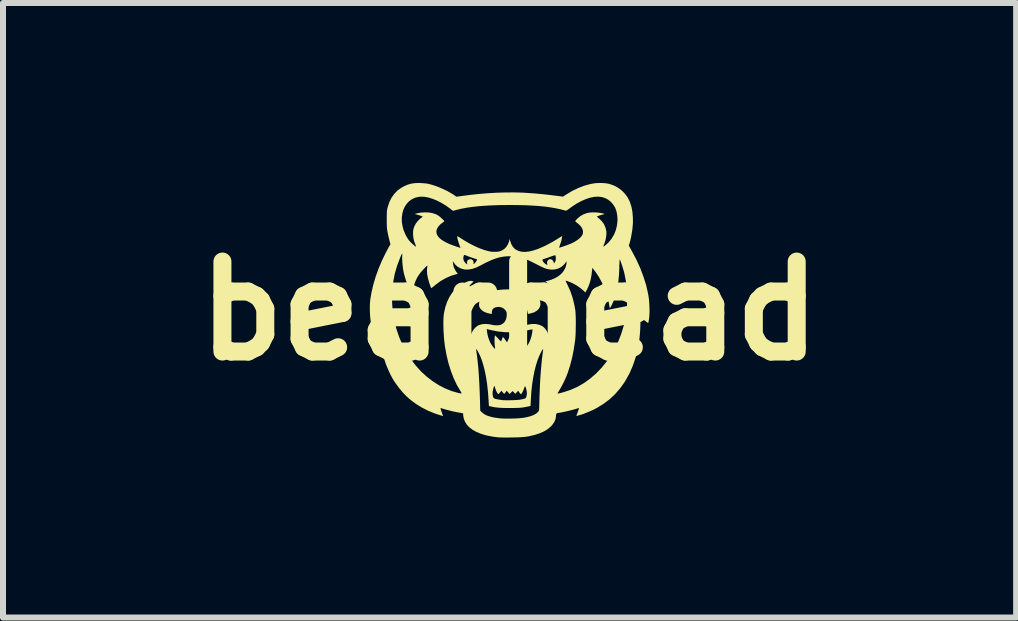
<source format=kicad_pcb>
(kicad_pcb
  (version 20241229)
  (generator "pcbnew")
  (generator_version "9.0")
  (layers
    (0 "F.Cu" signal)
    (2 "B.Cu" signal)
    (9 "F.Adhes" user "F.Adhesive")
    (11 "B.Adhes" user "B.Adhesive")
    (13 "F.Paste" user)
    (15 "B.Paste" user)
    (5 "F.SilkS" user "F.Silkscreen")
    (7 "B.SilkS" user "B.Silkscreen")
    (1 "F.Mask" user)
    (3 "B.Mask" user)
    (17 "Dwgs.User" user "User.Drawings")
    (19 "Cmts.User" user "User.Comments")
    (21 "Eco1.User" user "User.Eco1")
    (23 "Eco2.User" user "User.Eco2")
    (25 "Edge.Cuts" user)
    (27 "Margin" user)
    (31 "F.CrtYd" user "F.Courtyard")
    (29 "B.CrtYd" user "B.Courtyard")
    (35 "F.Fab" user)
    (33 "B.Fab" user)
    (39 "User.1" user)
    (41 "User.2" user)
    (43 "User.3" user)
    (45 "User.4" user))
  (footprint "bearhead"
    (layer "F.Cu")
    (at 5.443 2.131)
    (property "Reference" "bearhead" (at 0 0 0) (layer "F.SilkS") (effects (font (size 1.5 1.5) (thickness 0.3))))
    (attr board_only exclude_from_pos_files exclude_from_bom)
    (fp_poly (pts (xy 1.559 -2.13) (xy 1.606 -2.126) (xy 1.647 -2.119) (xy 1.661 -2.116) (xy 1.735 -2.091) (xy 1.803 -2.055) (xy 1.866 -2.009) (xy 1.92 -1.955) (xy 1.966 -1.894) (xy 2.001 -1.826) (xy 2.004 -1.818) (xy 2.03 -1.741) (xy 2.047 -1.655) (xy 2.055 -1.563) (xy 2.056 -1.465) (xy 2.05 -1.389) (xy 2.045 -1.346) (xy 2.037 -1.297) (xy 2.028 -1.245) (xy 2.018 -1.195) (xy 2.007 -1.151) (xy 2 -1.126) (xy 1.988 -1.086) (xy 2.031 -1.01) (xy 2.109 -0.863) (xy 2.176 -0.717) (xy 2.231 -0.572) (xy 2.276 -0.43) (xy 2.308 -0.289) (xy 2.315 -0.249) (xy 2.322 -0.203) (xy 2.327 -0.15) (xy 2.33 -0.094) (xy 2.332 -0.037) (xy 2.333 0.017) (xy 2.331 0.066) (xy 2.328 0.104) (xy 2.323 0.141) (xy 2.319 0.168) (xy 2.316 0.186) (xy 2.313 0.196) (xy 2.31 0.201) (xy 2.308 0.201) (xy 2.301 0.198) (xy 2.287 0.188) (xy 2.268 0.173) (xy 2.246 0.156) (xy 2.223 0.138) (xy 2.202 0.121) (xy 2.187 0.108) (xy 2.182 0.104) (xy 2.178 0.104) (xy 2.177 0.112) (xy 2.178 0.128) (xy 2.18 0.151) (xy 2.181 0.181) (xy 2.181 0.22) (xy 2.179 0.266) (xy 2.177 0.317) (xy 2.173 0.37) (xy 2.169 0.421) (xy 2.164 0.468) (xy 2.16 0.5) (xy 2.135 0.645) (xy 2.099 0.783) (xy 2.054 0.915) (xy 2 1.04) (xy 1.936 1.156) (xy 1.91 1.198) (xy 1.836 1.3) (xy 1.754 1.393) (xy 1.665 1.476) (xy 1.566 1.55) (xy 1.459 1.616) (xy 1.409 1.642) (xy 1.378 1.657) (xy 1.342 1.673) (xy 1.304 1.689) (xy 1.266 1.704) (xy 1.232 1.718) (xy 1.204 1.727) (xy 1.189 1.732) (xy 1.173 1.736) (xy 1.152 1.742) (xy 1.143 1.745) (xy 1.128 1.75) (xy 1.119 1.752) (xy 1.116 1.749) (xy 1.117 1.74) (xy 1.123 1.723) (xy 1.133 1.696) (xy 1.134 1.692) (xy 1.143 1.669) (xy 1.15 1.648) (xy 1.153 1.635) (xy 1.157 1.618) (xy 1.101 1.636) (xy 1.062 1.647) (xy 1.014 1.659) (xy 0.963 1.672) (xy 0.911 1.683) (xy 0.863 1.693) (xy 0.829 1.699) (xy 0.807 1.702) (xy 0.793 1.705) (xy 0.784 1.711) (xy 0.778 1.721) (xy 0.775 1.739) (xy 0.772 1.765) (xy 0.771 1.777) (xy 0.761 1.818) (xy 0.74 1.861) (xy 0.711 1.902) (xy 0.689 1.926) (xy 0.638 1.97) (xy 0.578 2.007) (xy 0.507 2.039) (xy 0.426 2.066) (xy 0.335 2.088) (xy 0.277 2.098) (xy 0.249 2.101) (xy 0.211 2.104) (xy 0.165 2.107) (xy 0.113 2.109) (xy 0.058 2.11) (xy 0.002 2.111) (xy -0.053 2.111) (xy -0.105 2.111) (xy -0.15 2.11) (xy -0.187 2.108) (xy -0.204 2.107) (xy -0.304 2.093) (xy -0.395 2.074) (xy -0.477 2.049) (xy -0.55 2.019) (xy -0.614 1.984) (xy -0.667 1.944) (xy -0.71 1.899) (xy -0.742 1.85) (xy -0.763 1.797) (xy -0.771 1.753) (xy -0.775 1.707) (xy -0.841 1.696) (xy -0.879 1.689) (xy -0.924 1.68) (xy -0.971 1.669) (xy -1.017 1.657) (xy -1.06 1.646) (xy -1.096 1.636) (xy -1.115 1.63) (xy -1.135 1.623) (xy -1.147 1.621) (xy -1.151 1.624) (xy -1.151 1.626) (xy -1.149 1.635) (xy -1.144 1.653) (xy -1.136 1.675) (xy -1.127 1.7) (xy -1.119 1.723) (xy -1.111 1.742) (xy -1.111 1.744) (xy -1.109 1.749) (xy -1.113 1.751) (xy -1.123 1.749) (xy -1.142 1.744) (xy -1.152 1.741) (xy -1.255 1.707) (xy -1.359 1.664) (xy -1.461 1.612) (xy -1.557 1.553) (xy -1.644 1.489) (xy -1.648 1.486) (xy -1.713 1.429) (xy -1.778 1.362) (xy -1.84 1.288) (xy -1.897 1.211) (xy -1.933 1.157) (xy -1.957 1.116) (xy -1.983 1.066) (xy -2.009 1.011) (xy -2.034 0.955) (xy -2.056 0.902) (xy -2.069 0.865) (xy -2.103 0.759) (xy -2.129 0.653) (xy -2.149 0.545) (xy -2.163 0.433) (xy -2.172 0.313) (xy -2.174 0.25) (xy -2.176 0.209) (xy -2.177 0.173) (xy -2.178 0.143) (xy -2.18 0.121) (xy -2.181 0.109) (xy -2.181 0.107) (xy -2.187 0.111) (xy -2.2 0.121) (xy -2.217 0.135) (xy -2.22 0.137) (xy -2.242 0.156) (xy -2.265 0.174) (xy -2.281 0.188) (xy -2.307 0.208) (xy -2.311 0.19) (xy -2.319 0.14) (xy -2.325 0.08) (xy -2.328 0.016) (xy -2.329 -0.05) (xy -2.328 -0.114) (xy -2.323 -0.172) (xy -2.322 -0.181) (xy -1.96 -0.181) (xy -1.951 -0.032) (xy -1.946 0.013) (xy -1.922 0.157) (xy -1.887 0.299) (xy -1.841 0.435) (xy -1.785 0.566) (xy -1.719 0.69) (xy -1.644 0.808) (xy -1.559 0.918) (xy -1.472 1.013) (xy -1.38 1.097) (xy -1.283 1.172) (xy -1.18 1.238) (xy -1.073 1.293) (xy -0.964 1.337) (xy -0.859 1.367) (xy -0.829 1.374) (xy -0.81 1.377) (xy -0.801 1.375) (xy -0.801 1.367) (xy -0.809 1.353) (xy -0.82 1.335) (xy -0.879 1.234) (xy -0.931 1.124) (xy -0.977 1.004) (xy -1.017 0.878) (xy -1.049 0.745) (xy -1.07 0.632) (xy -0.561 0.632) (xy -0.557 0.649) (xy -0.555 0.661) (xy -0.552 0.682) (xy -0.548 0.711) (xy -0.543 0.745) (xy -0.541 0.762) (xy -0.53 0.86) (xy -0.52 0.963) (xy -0.512 1.074) (xy -0.505 1.193) (xy -0.499 1.322) (xy -0.494 1.462) (xy -0.493 1.497) (xy -0.489 1.663) (xy -0.457 1.695) (xy -0.421 1.723) (xy -0.375 1.746) (xy -0.316 1.765) (xy -0.247 1.78) (xy -0.165 1.791) (xy -0.149 1.792) (xy -0.11 1.795) (xy -0.061 1.796) (xy -0.007 1.796) (xy 0.05 1.795) (xy 0.106 1.793) (xy 0.158 1.79) (xy 0.202 1.786) (xy 0.229 1.783) (xy 0.297 1.77) (xy 0.356 1.754) (xy 0.406 1.734) (xy 0.445 1.711) (xy 0.474 1.685) (xy 0.476 1.682) (xy 0.483 1.672) (xy 0.488 1.663) (xy 0.491 1.652) (xy 0.493 1.637) (xy 0.494 1.615) (xy 0.495 1.585) (xy 0.495 1.567) (xy 0.499 1.416) (xy 0.501 1.375) (xy 0.799 1.375) (xy 0.803 1.377) (xy 0.814 1.377) (xy 0.835 1.373) (xy 0.866 1.365) (xy 0.9 1.356) (xy 1.017 1.317) (xy 1.13 1.267) (xy 1.238 1.205) (xy 1.34 1.132) (xy 1.438 1.048) (xy 1.529 0.954) (xy 1.615 0.849) (xy 1.67 0.771) (xy 1.745 0.648) (xy 1.809 0.519) (xy 1.861 0.385) (xy 1.903 0.247) (xy 1.934 0.105) (xy 1.954 -0.038) (xy 1.962 -0.183) (xy 1.958 -0.327) (xy 1.943 -0.472) (xy 1.916 -0.614) (xy 1.909 -0.642) (xy 1.902 -0.669) (xy 1.892 -0.7) (xy 1.882 -0.734) (xy 1.871 -0.768) (xy 1.86 -0.8) (xy 1.851 -0.826) (xy 1.843 -0.846) (xy 1.838 -0.857) (xy 1.837 -0.857) (xy 1.836 -0.853) (xy 1.834 -0.837) (xy 1.832 -0.813) (xy 1.831 -0.78) (xy 1.829 -0.742) (xy 1.829 -0.713) (xy 1.824 -0.603) (xy 1.815 -0.504) (xy 1.802 -0.412) (xy 1.785 -0.327) (xy 1.763 -0.245) (xy 1.754 -0.217) (xy 1.744 -0.19) (xy 1.732 -0.161) (xy 1.718 -0.13) (xy 1.705 -0.101) (xy 1.692 -0.076) (xy 1.682 -0.058) (xy 1.675 -0.048) (xy 1.674 -0.048) (xy 1.67 -0.051) (xy 1.666 -0.064) (xy 1.664 -0.077) (xy 1.658 -0.116) (xy 1.648 -0.163) (xy 1.636 -0.214) (xy 1.623 -0.263) (xy 1.61 -0.306) (xy 1.606 -0.317) (xy 1.582 -0.379) (xy 1.553 -0.444) (xy 1.519 -0.51) (xy 1.483 -0.574) (xy 1.445 -0.631) (xy 1.409 -0.681) (xy 1.401 -0.69) (xy 1.379 -0.717) (xy 1.375 -0.675) (xy 1.366 -0.598) (xy 1.354 -0.532) (xy 1.342 -0.485) (xy 1.331 -0.452) (xy 1.318 -0.415) (xy 1.302 -0.379) (xy 1.287 -0.348) (xy 1.274 -0.324) (xy 1.273 -0.322) (xy 1.263 -0.307) (xy 1.231 -0.338) (xy 1.178 -0.382) (xy 1.117 -0.424) (xy 1.066 -0.452) (xy 1.041 -0.465) (xy 1.014 -0.476) (xy 0.987 -0.487) (xy 0.963 -0.496) (xy 0.945 -0.501) (xy 0.935 -0.503) (xy 0.934 -0.502) (xy 0.936 -0.496) (xy 0.942 -0.481) (xy 0.953 -0.459) (xy 0.966 -0.432) (xy 0.968 -0.428) (xy 1.014 -0.327) (xy 1.051 -0.217) (xy 1.08 -0.099) (xy 1.096 -0.009) (xy 1.099 0.022) (xy 1.101 0.064) (xy 1.103 0.113) (xy 1.104 0.169) (xy 1.104 0.227) (xy 1.103 0.287) (xy 1.102 0.345) (xy 1.1 0.4) (xy 1.097 0.449) (xy 1.093 0.49) (xy 1.092 0.497) (xy 1.07 0.644) (xy 1.042 0.784) (xy 1.008 0.914) (xy 0.969 1.035) (xy 0.946 1.093) (xy 0.928 1.135) (xy 0.906 1.182) (xy 0.883 1.228) (xy 0.859 1.272) (xy 0.838 1.31) (xy 0.826 1.329) (xy 0.814 1.349) (xy 0.804 1.365) (xy 0.799 1.374) (xy 0.799 1.375) (xy 0.501 1.375) (xy 0.505 1.27) (xy 0.512 1.129) (xy 0.522 0.996) (xy 0.533 0.872) (xy 0.544 0.771) (xy 0.549 0.733) (xy 0.553 0.698) (xy 0.557 0.67) (xy 0.559 0.65) (xy 0.56 0.64) (xy 0.56 0.639) (xy 0.557 0.638) (xy 0.55 0.646) (xy 0.54 0.662) (xy 0.528 0.683) (xy 0.515 0.708) (xy 0.503 0.732) (xy 0.47 0.812) (xy 0.441 0.903) (xy 0.415 1.004) (xy 0.394 1.112) (xy 0.376 1.228) (xy 0.363 1.349) (xy 0.355 1.473) (xy 0.354 1.489) (xy 0.35 1.585) (xy 0.309 1.594) (xy 0.271 1.602) (xy 0.235 1.608) (xy 0.2 1.613) (xy 0.162 1.616) (xy 0.119 1.618) (xy 0.069 1.619) (xy 0.009 1.619) (xy -0.003 1.619) (xy -0.076 1.619) (xy -0.138 1.617) (xy -0.191 1.613) (xy -0.238 1.608) (xy -0.279 1.601) (xy -0.317 1.592) (xy -0.321 1.591) (xy -0.344 1.585) (xy -0.349 1.508) (xy -0.358 1.37) (xy -0.283 1.37) (xy -0.282 1.395) (xy -0.279 1.42) (xy -0.276 1.43) (xy -0.272 1.442) (xy -0.265 1.452) (xy -0.254 1.46) (xy -0.237 1.467) (xy -0.212 1.473) (xy -0.179 1.479) (xy -0.135 1.485) (xy -0.126 1.487) (xy -0.104 1.489) (xy -0.072 1.49) (xy -0.034 1.49) (xy 0.008 1.49) (xy 0.051 1.489) (xy 0.092 1.487) (xy 0.128 1.485) (xy 0.156 1.483) (xy 0.164 1.482) (xy 0.193 1.477) (xy 0.221 1.471) (xy 0.242 1.466) (xy 0.248 1.464) (xy 0.265 1.457) (xy 0.274 1.447) (xy 0.28 1.429) (xy 0.281 1.427) (xy 0.286 1.403) (xy 0.289 1.379) (xy 0.289 1.374) (xy 0.287 1.351) (xy 0.282 1.322) (xy 0.275 1.293) (xy 0.266 1.269) (xy 0.263 1.263) (xy 0.259 1.257) (xy 0.255 1.257) (xy 0.251 1.267) (xy 0.244 1.286) (xy 0.243 1.29) (xy 0.234 1.313) (xy 0.223 1.338) (xy 0.212 1.36) (xy 0.201 1.378) (xy 0.193 1.389) (xy 0.19 1.39) (xy 0.184 1.385) (xy 0.173 1.373) (xy 0.164 1.361) (xy 0.142 1.332) (xy 0.119 1.357) (xy 0.096 1.383) (xy 0.074 1.36) (xy 0.051 1.337) (xy 0.025 1.362) (xy 0.000444 1.386) (xy -0.023 1.359) (xy -0.047 1.332) (xy -0.069 1.359) (xy -0.09 1.386) (xy -0.113 1.359) (xy -0.137 1.332) (xy -0.16 1.361) (xy -0.174 1.377) (xy -0.183 1.385) (xy -0.19 1.385) (xy -0.194 1.382) (xy -0.203 1.371) (xy -0.214 1.351) (xy -0.226 1.327) (xy -0.235 1.302) (xy -0.242 1.281) (xy -0.243 1.275) (xy -0.247 1.26) (xy -0.251 1.252) (xy -0.252 1.252) (xy -0.257 1.257) (xy -0.264 1.273) (xy -0.27 1.294) (xy -0.276 1.318) (xy -0.281 1.343) (xy -0.283 1.365) (xy -0.283 1.37) (xy -0.358 1.37) (xy -0.359 1.36) (xy -0.374 1.223) (xy -0.393 1.097) (xy -0.417 0.982) (xy -0.445 0.877) (xy -0.462 0.825) (xy -0.478 0.783) (xy -0.495 0.742) (xy -0.513 0.705) (xy -0.529 0.674) (xy -0.544 0.652) (xy -0.547 0.648) (xy -0.561 0.632) (xy -1.07 0.632) (xy -1.075 0.608) (xy -1.092 0.468) (xy -1.101 0.325) (xy -1.103 0.239) (xy -1.103 0.182) (xy -1.102 0.135) (xy -1.1 0.097) (xy -1.097 0.065) (xy -1.093 0.038) (xy -1.071 -0.062) (xy -1.04 -0.152) (xy -1.002 -0.232) (xy -0.955 -0.303) (xy -0.901 -0.365) (xy -0.839 -0.416) (xy -0.774 -0.455) (xy -0.73 -0.477) (xy -0.695 -0.491) (xy -0.666 -0.498) (xy -0.643 -0.5) (xy -0.625 -0.498) (xy -0.599 -0.49) (xy -0.653 -0.436) (xy -0.701 -0.381) (xy -0.738 -0.323) (xy -0.767 -0.259) (xy -0.787 -0.187) (xy -0.796 -0.139) (xy -0.804 -0.052) (xy -0.802 0.041) (xy -0.79 0.139) (xy -0.769 0.244) (xy -0.765 0.26) (xy -0.755 0.297) (xy -0.742 0.338) (xy -0.729 0.38) (xy -0.715 0.421) (xy -0.702 0.457) (xy -0.69 0.486) (xy -0.682 0.503) (xy -0.674 0.519) (xy -0.671 0.503) (xy -0.668 0.489) (xy -0.664 0.467) (xy -0.66 0.447) (xy -0.646 0.398) (xy -0.624 0.351) (xy -0.596 0.308) (xy -0.592 0.303) (xy -0.379 0.303) (xy -0.375 0.351) (xy -0.367 0.397) (xy -0.354 0.447) (xy -0.336 0.496) (xy -0.316 0.54) (xy -0.31 0.55) (xy -0.296 0.571) (xy -0.28 0.593) (xy -0.265 0.612) (xy -0.252 0.626) (xy -0.243 0.633) (xy -0.241 0.633) (xy -0.241 0.626) (xy -0.242 0.61) (xy -0.245 0.59) (xy -0.248 0.563) (xy -0.25 0.529) (xy -0.251 0.494) (xy -0.25 0.461) (xy -0.248 0.435) (xy -0.246 0.425) (xy -0.242 0.407) (xy -0.193 0.458) (xy -0.174 0.479) (xy -0.157 0.495) (xy -0.146 0.506) (xy -0.142 0.51) (xy -0.139 0.504) (xy -0.133 0.49) (xy -0.126 0.472) (xy -0.119 0.452) (xy -0.113 0.439) (xy -0.11 0.434) (xy -0.106 0.439) (xy -0.096 0.451) (xy -0.082 0.469) (xy -0.075 0.479) (xy -0.042 0.524) (xy -0.033 0.506) (xy -0.026 0.489) (xy -0.017 0.467) (xy -0.012 0.456) (xy 0.002 0.425) (xy 0.013 0.45) (xy 0.023 0.472) (xy 0.033 0.496) (xy 0.035 0.499) (xy 0.044 0.523) (xy 0.08 0.478) (xy 0.115 0.432) (xy 0.126 0.46) (xy 0.133 0.479) (xy 0.139 0.496) (xy 0.141 0.5) (xy 0.144 0.504) (xy 0.149 0.503) (xy 0.158 0.497) (xy 0.173 0.484) (xy 0.195 0.462) (xy 0.217 0.441) (xy 0.232 0.428) (xy 0.241 0.421) (xy 0.246 0.42) (xy 0.25 0.425) (xy 0.25 0.425) (xy 0.252 0.437) (xy 0.253 0.459) (xy 0.254 0.488) (xy 0.253 0.519) (xy 0.252 0.55) (xy 0.25 0.579) (xy 0.248 0.601) (xy 0.247 0.605) (xy 0.244 0.623) (xy 0.245 0.633) (xy 0.246 0.635) (xy 0.253 0.63) (xy 0.265 0.617) (xy 0.28 0.599) (xy 0.296 0.577) (xy 0.311 0.554) (xy 0.32 0.539) (xy 0.332 0.516) (xy 0.344 0.487) (xy 0.354 0.459) (xy 0.361 0.436) (xy 0.368 0.408) (xy 0.374 0.379) (xy 0.378 0.352) (xy 0.381 0.33) (xy 0.382 0.314) (xy 0.381 0.309) (xy 0.374 0.31) (xy 0.357 0.312) (xy 0.333 0.317) (xy 0.304 0.323) (xy 0.304 0.323) (xy 0.176 0.345) (xy 0.051 0.357) (xy -0.071 0.356) (xy -0.194 0.344) (xy -0.317 0.319) (xy -0.345 0.312) (xy -0.379 0.303) (xy -0.592 0.303) (xy -0.564 0.273) (xy -0.529 0.246) (xy -0.514 0.239) (xy -0.467 0.224) (xy -0.412 0.218) (xy -0.354 0.221) (xy -0.293 0.232) (xy -0.286 0.234) (xy -0.258 0.239) (xy -0.224 0.241) (xy -0.19 0.24) (xy -0.16 0.236) (xy -0.142 0.23) (xy -0.105 0.208) (xy -0.077 0.177) (xy -0.058 0.138) (xy -0.049 0.092) (xy -0.047 0.068) (xy -0.048 0.042) (xy -0.05 0.025) (xy -0.055 0.011) (xy -0.064 -0.004) (xy -0.066 -0.007) (xy -0.094 -0.036) (xy -0.129 -0.056) (xy -0.171 -0.065) (xy -0.188 -0.065) (xy -0.228 -0.061) (xy -0.259 -0.048) (xy -0.281 -0.028) (xy -0.293 0.001) (xy -0.296 0.024) (xy -0.296 0.052) (xy -0.322 0.048) (xy -0.376 0.035) (xy -0.422 0.017) (xy -0.46 -0.008) (xy -0.488 -0.038) (xy -0.495 -0.05) (xy -0.504 -0.068) (xy -0.508 -0.085) (xy -0.509 -0.106) (xy -0.508 -0.123) (xy -0.5 -0.17) (xy -0.481 -0.211) (xy -0.452 -0.248) (xy -0.411 -0.279) (xy -0.36 -0.305) (xy -0.317 -0.321) (xy -0.256 -0.337) (xy -0.187 -0.348) (xy -0.108 -0.355) (xy -0.019 -0.358) (xy 0.002 -0.359) (xy 0.093 -0.357) (xy 0.174 -0.35) (xy 0.245 -0.34) (xy 0.307 -0.325) (xy 0.362 -0.306) (xy 0.387 -0.294) (xy 0.423 -0.272) (xy 0.455 -0.245) (xy 0.481 -0.216) (xy 0.499 -0.187) (xy 0.5 -0.186) (xy 0.513 -0.141) (xy 0.514 -0.099) (xy 0.503 -0.061) (xy 0.482 -0.027) (xy 0.45 0.001) (xy 0.408 0.025) (xy 0.357 0.041) (xy 0.336 0.046) (xy 0.319 0.049) (xy 0.311 0.05) (xy 0.306 0.045) (xy 0.302 0.03) (xy 0.3 0.019) (xy 0.292 -0.014) (xy 0.277 -0.039) (xy 0.254 -0.055) (xy 0.221 -0.063) (xy 0.192 -0.065) (xy 0.15 -0.061) (xy 0.115 -0.047) (xy 0.085 -0.024) (xy 0.073 -0.011) (xy 0.058 0.018) (xy 0.05 0.053) (xy 0.051 0.092) (xy 0.06 0.132) (xy 0.077 0.17) (xy 0.086 0.184) (xy 0.112 0.211) (xy 0.147 0.23) (xy 0.19 0.239) (xy 0.241 0.24) (xy 0.298 0.231) (xy 0.305 0.23) (xy 0.371 0.219) (xy 0.432 0.219) (xy 0.487 0.23) (xy 0.537 0.25) (xy 0.562 0.266) (xy 0.592 0.296) (xy 0.62 0.336) (xy 0.643 0.382) (xy 0.661 0.433) (xy 0.671 0.484) (xy 0.671 0.488) (xy 0.674 0.508) (xy 0.676 0.517) (xy 0.678 0.516) (xy 0.683 0.508) (xy 0.684 0.506) (xy 0.697 0.478) (xy 0.712 0.44) (xy 0.728 0.395) (xy 0.744 0.346) (xy 0.759 0.295) (xy 0.772 0.245) (xy 0.783 0.199) (xy 0.789 0.17) (xy 0.803 0.073) (xy 0.807 -0.019) (xy 0.803 -0.107) (xy 0.789 -0.189) (xy 0.767 -0.265) (xy 0.737 -0.333) (xy 0.698 -0.394) (xy 0.652 -0.445) (xy 0.629 -0.465) (xy 0.597 -0.49) (xy 0.624 -0.497) (xy 0.69 -0.517) (xy 0.748 -0.541) (xy 0.801 -0.57) (xy 0.828 -0.589) (xy 0.87 -0.625) (xy 0.904 -0.669) (xy 0.93 -0.717) (xy 0.945 -0.767) (xy 0.948 -0.785) (xy 0.949 -0.805) (xy 0.95 -0.819) (xy 0.949 -0.824) (xy 0.944 -0.819) (xy 0.935 -0.807) (xy 0.926 -0.793) (xy 0.895 -0.758) (xy 0.856 -0.728) (xy 0.811 -0.705) (xy 0.761 -0.691) (xy 0.71 -0.687) (xy 0.69 -0.688) (xy 0.664 -0.691) (xy 0.639 -0.695) (xy 0.615 -0.701) (xy 0.59 -0.709) (xy 0.562 -0.721) (xy 0.53 -0.735) (xy 0.491 -0.755) (xy 0.444 -0.779) (xy 0.403 -0.8) (xy 0.316 -0.842) (xy 0.29 -0.852) (xy 0.549 -0.852) (xy 0.549 -0.839) (xy 0.56 -0.82) (xy 0.562 -0.817) (xy 0.574 -0.802) (xy 0.589 -0.789) (xy 0.604 -0.777) (xy 0.618 -0.77) (xy 0.628 -0.767) (xy 0.632 -0.77) (xy 0.629 -0.78) (xy 0.624 -0.802) (xy 0.628 -0.825) (xy 0.641 -0.844) (xy 0.659 -0.858) (xy 0.679 -0.862) (xy 0.701 -0.856) (xy 0.72 -0.841) (xy 0.733 -0.819) (xy 0.735 -0.812) (xy 0.74 -0.79) (xy 0.755 -0.812) (xy 0.764 -0.827) (xy 0.769 -0.843) (xy 0.77 -0.865) (xy 0.771 -0.876) (xy 0.77 -0.898) (xy 0.767 -0.916) (xy 0.764 -0.925) (xy 0.756 -0.926) (xy 0.741 -0.923) (xy 0.717 -0.915) (xy 0.685 -0.904) (xy 0.654 -0.892) (xy 0.623 -0.881) (xy 0.596 -0.872) (xy 0.58 -0.868) (xy 0.559 -0.861) (xy 0.549 -0.852) (xy 0.29 -0.852) (xy 0.234 -0.873) (xy 0.154 -0.895) (xy 0.073 -0.907) (xy 0.034 -0.91) (xy -0.033 -0.91) (xy -0.101 -0.904) (xy -0.169 -0.891) (xy -0.239 -0.87) (xy -0.314 -0.841) (xy -0.394 -0.804) (xy -0.481 -0.758) (xy -0.481 -0.758) (xy -0.551 -0.724) (xy -0.617 -0.701) (xy -0.678 -0.689) (xy -0.735 -0.688) (xy -0.757 -0.691) (xy -0.813 -0.707) (xy -0.862 -0.733) (xy -0.902 -0.768) (xy -0.926 -0.799) (xy -0.945 -0.827) (xy -0.942 -0.785) (xy -0.932 -0.734) (xy -0.909 -0.683) (xy -0.885 -0.646) (xy -0.862 -0.617) (xy -0.879 -0.613) (xy -0.971 -0.586) (xy -1.061 -0.547) (xy -1.149 -0.497) (xy -1.233 -0.435) (xy -1.263 -0.41) (xy -1.284 -0.393) (xy -1.297 -0.384) (xy -1.305 -0.381) (xy -1.309 -0.384) (xy -1.313 -0.393) (xy -1.32 -0.412) (xy -1.329 -0.437) (xy -1.339 -0.466) (xy -1.339 -0.469) (xy -1.36 -0.541) (xy -1.373 -0.609) (xy -1.377 -0.669) (xy -1.374 -0.71) (xy -1.371 -0.732) (xy -1.37 -0.748) (xy -1.371 -0.755) (xy -1.371 -0.755) (xy -1.377 -0.751) (xy -1.39 -0.739) (xy -1.407 -0.722) (xy -1.428 -0.701) (xy -1.429 -0.7) (xy -1.486 -0.635) (xy -1.532 -0.569) (xy -1.566 -0.501) (xy -1.591 -0.429) (xy -1.606 -0.352) (xy -1.606 -0.348) (xy -1.614 -0.287) (xy -1.643 -0.334) (xy -1.691 -0.421) (xy -1.73 -0.515) (xy -1.759 -0.616) (xy -1.767 -0.651) (xy -1.774 -0.691) (xy -1.78 -0.736) (xy -1.785 -0.783) (xy -1.788 -0.83) (xy -1.79 -0.872) (xy -1.79 -0.893) (xy -0.771 -0.893) (xy -0.77 -0.859) (xy -0.758 -0.827) (xy -0.736 -0.798) (xy -0.735 -0.797) (xy -0.721 -0.784) (xy -0.71 -0.776) (xy -0.707 -0.774) (xy -0.706 -0.779) (xy -0.707 -0.792) (xy -0.708 -0.795) (xy -0.708 -0.822) (xy -0.697 -0.843) (xy -0.677 -0.857) (xy -0.653 -0.862) (xy -0.63 -0.856) (xy -0.612 -0.842) (xy -0.601 -0.821) (xy -0.6 -0.801) (xy -0.601 -0.787) (xy -0.598 -0.78) (xy -0.598 -0.78) (xy -0.589 -0.785) (xy -0.577 -0.797) (xy -0.564 -0.813) (xy -0.552 -0.83) (xy -0.544 -0.846) (xy -0.541 -0.856) (xy -0.542 -0.858) (xy -0.549 -0.861) (xy -0.564 -0.866) (xy -0.587 -0.873) (xy -0.599 -0.877) (xy -0.632 -0.888) (xy -0.669 -0.901) (xy -0.701 -0.913) (xy -0.705 -0.915) (xy -0.729 -0.925) (xy -0.745 -0.93) (xy -0.754 -0.931) (xy -0.759 -0.929) (xy -0.76 -0.926) (xy -0.771 -0.893) (xy -1.79 -0.893) (xy -1.79 -0.907) (xy -1.789 -0.92) (xy -1.787 -0.941) (xy -1.788 -0.952) (xy -1.792 -0.951) (xy -1.8 -0.94) (xy -1.811 -0.917) (xy -1.821 -0.893) (xy -1.873 -0.756) (xy -1.914 -0.616) (xy -1.941 -0.473) (xy -1.957 -0.328) (xy -1.96 -0.181) (xy -2.322 -0.181) (xy -2.322 -0.186) (xy -2.301 -0.309) (xy -2.271 -0.437) (xy -2.232 -0.569) (xy -2.184 -0.702) (xy -2.128 -0.835) (xy -2.065 -0.965) (xy -2.015 -1.059) (xy -1.986 -1.109) (xy -2.009 -1.201) (xy -2.021 -1.252) (xy -2.03 -1.294) (xy -2.037 -1.331) (xy -2.042 -1.365) (xy -2.045 -1.4) (xy -2.046 -1.439) (xy -2.047 -1.484) (xy -2.047 -1.529) (xy -2.047 -1.557) (xy -1.796 -1.557) (xy -1.796 -1.49) (xy -1.786 -1.421) (xy -1.768 -1.35) (xy -1.739 -1.28) (xy -1.736 -1.274) (xy -1.72 -1.243) (xy -1.701 -1.211) (xy -1.683 -1.184) (xy -1.673 -1.172) (xy -1.658 -1.154) (xy -1.638 -1.134) (xy -1.616 -1.113) (xy -1.595 -1.095) (xy -1.577 -1.08) (xy -1.564 -1.071) (xy -1.559 -1.069) (xy -1.559 -1.075) (xy -1.563 -1.088) (xy -1.57 -1.105) (xy -1.591 -1.162) (xy -1.604 -1.222) (xy -1.609 -1.283) (xy -1.607 -1.339) (xy -1.603 -1.36) (xy -1.587 -1.409) (xy -1.561 -1.457) (xy -1.526 -1.502) (xy -1.485 -1.541) (xy -1.471 -1.551) (xy -1.446 -1.569) (xy -1.461 -1.577) (xy -1.475 -1.582) (xy -1.496 -1.59) (xy -1.521 -1.598) (xy -1.529 -1.6) (xy -1.582 -1.615) (xy -1.556 -1.622) (xy -1.488 -1.636) (xy -1.419 -1.642) (xy -1.352 -1.64) (xy -1.289 -1.63) (xy -1.232 -1.612) (xy -1.206 -1.599) (xy -1.189 -1.589) (xy -1.169 -1.574) (xy -1.147 -1.556) (xy -1.126 -1.536) (xy -1.108 -1.519) (xy -1.094 -1.504) (xy -1.088 -1.495) (xy -1.088 -1.494) (xy -1.093 -1.487) (xy -1.106 -1.477) (xy -1.115 -1.471) (xy -1.153 -1.442) (xy -1.184 -1.409) (xy -1.206 -1.374) (xy -1.218 -1.339) (xy -1.22 -1.319) (xy -1.215 -1.283) (xy -1.198 -1.249) (xy -1.17 -1.215) (xy -1.131 -1.183) (xy -1.079 -1.151) (xy -1.027 -1.125) (xy -1.006 -1.116) (xy -0.978 -1.105) (xy -0.948 -1.093) (xy -0.916 -1.082) (xy -0.886 -1.071) (xy -0.859 -1.062) (xy -0.837 -1.055) (xy -0.824 -1.052) (xy -0.82 -1.052) (xy -0.821 -1.059) (xy -0.826 -1.073) (xy -0.834 -1.093) (xy -0.843 -1.118) (xy -0.852 -1.146) (xy -0.861 -1.177) (xy -0.868 -1.205) (xy -0.873 -1.227) (xy -0.874 -1.239) (xy -0.872 -1.243) (xy -0.864 -1.241) (xy -0.849 -1.233) (xy -0.825 -1.218) (xy -0.819 -1.214) (xy -0.739 -1.164) (xy -0.659 -1.118) (xy -0.579 -1.078) (xy -0.503 -1.044) (xy -0.432 -1.018) (xy -0.405 -1.01) (xy -0.363 -0.998) (xy -0.328 -0.99) (xy -0.297 -0.985) (xy -0.266 -0.984) (xy -0.232 -0.984) (xy -0.228 -0.984) (xy -0.195 -0.986) (xy -0.169 -0.991) (xy -0.146 -0.998) (xy -0.133 -1.004) (xy -0.091 -1.029) (xy -0.056 -1.064) (xy -0.028 -1.108) (xy -0.008 -1.158) (xy -0.006 -1.167) (xy 0.002 -1.197) (xy 0.012 -1.16) (xy 0.031 -1.108) (xy 0.055 -1.067) (xy 0.086 -1.034) (xy 0.106 -1.02) (xy 0.151 -0.998) (xy 0.202 -0.985) (xy 0.26 -0.982) (xy 0.324 -0.989) (xy 0.396 -1.006) (xy 0.474 -1.032) (xy 0.56 -1.069) (xy 0.601 -1.088) (xy 0.726 -1.155) (xy 0.852 -1.232) (xy 0.858 -1.236) (xy 0.876 -1.248) (xy 0.872 -1.212) (xy 0.868 -1.19) (xy 0.861 -1.162) (xy 0.851 -1.13) (xy 0.846 -1.115) (xy 0.837 -1.09) (xy 0.831 -1.069) (xy 0.827 -1.056) (xy 0.826 -1.052) (xy 0.833 -1.053) (xy 0.849 -1.058) (xy 0.872 -1.066) (xy 0.9 -1.075) (xy 0.931 -1.086) (xy 0.962 -1.097) (xy 0.991 -1.108) (xy 1.016 -1.118) (xy 1.032 -1.125) (xy 1.084 -1.151) (xy 1.13 -1.18) (xy 1.168 -1.21) (xy 1.197 -1.241) (xy 1.216 -1.271) (xy 1.221 -1.285) (xy 1.224 -1.322) (xy 1.216 -1.36) (xy 1.197 -1.397) (xy 1.166 -1.432) (xy 1.135 -1.458) (xy 1.116 -1.473) (xy 1.102 -1.485) (xy 1.095 -1.494) (xy 1.095 -1.495) (xy 1.099 -1.503) (xy 1.11 -1.516) (xy 1.126 -1.534) (xy 1.133 -1.54) (xy 1.177 -1.577) (xy 1.23 -1.608) (xy 1.288 -1.629) (xy 1.299 -1.632) (xy 1.335 -1.638) (xy 1.38 -1.641) (xy 1.429 -1.641) (xy 1.478 -1.637) (xy 1.524 -1.631) (xy 1.562 -1.622) (xy 1.572 -1.618) (xy 1.581 -1.614) (xy 1.581 -1.612) (xy 1.569 -1.609) (xy 1.563 -1.608) (xy 1.543 -1.603) (xy 1.52 -1.596) (xy 1.496 -1.589) (xy 1.475 -1.581) (xy 1.461 -1.575) (xy 1.458 -1.573) (xy 1.46 -1.567) (xy 1.47 -1.556) (xy 1.487 -1.542) (xy 1.491 -1.539) (xy 1.537 -1.495) (xy 1.574 -1.445) (xy 1.599 -1.388) (xy 1.613 -1.326) (xy 1.614 -1.318) (xy 1.614 -1.282) (xy 1.61 -1.239) (xy 1.602 -1.193) (xy 1.59 -1.149) (xy 1.579 -1.118) (xy 1.57 -1.096) (xy 1.564 -1.08) (xy 1.562 -1.072) (xy 1.562 -1.071) (xy 1.569 -1.073) (xy 1.582 -1.082) (xy 1.599 -1.095) (xy 1.619 -1.112) (xy 1.638 -1.129) (xy 1.65 -1.141) (xy 1.7 -1.202) (xy 1.741 -1.271) (xy 1.771 -1.345) (xy 1.79 -1.424) (xy 1.799 -1.506) (xy 1.799 -1.524) (xy 1.794 -1.597) (xy 1.781 -1.663) (xy 1.759 -1.721) (xy 1.727 -1.772) (xy 1.693 -1.812) (xy 1.65 -1.848) (xy 1.606 -1.874) (xy 1.557 -1.892) (xy 1.535 -1.897) (xy 1.476 -1.904) (xy 1.411 -1.9) (xy 1.342 -1.886) (xy 1.27 -1.862) (xy 1.194 -1.829) (xy 1.117 -1.787) (xy 1.039 -1.736) (xy 1.005 -1.711) (xy 0.976 -1.69) (xy 0.956 -1.677) (xy 0.942 -1.67) (xy 0.934 -1.67) (xy 0.855 -1.691) (xy 0.773 -1.709) (xy 0.686 -1.724) (xy 0.594 -1.737) (xy 0.494 -1.747) (xy 0.387 -1.754) (xy 0.271 -1.76) (xy 0.144 -1.763) (xy 0.007 -1.764) (xy 0 -1.764) (xy -0.142 -1.763) (xy -0.273 -1.759) (xy -0.394 -1.753) (xy -0.504 -1.745) (xy -0.607 -1.734) (xy -0.701 -1.721) (xy -0.789 -1.705) (xy -0.872 -1.686) (xy -0.873 -1.685) (xy -0.944 -1.667) (xy -0.983 -1.698) (xy -1.057 -1.752) (xy -1.133 -1.798) (xy -1.208 -1.837) (xy -1.282 -1.867) (xy -1.353 -1.889) (xy -1.42 -1.901) (xy -1.483 -1.903) (xy -1.514 -1.9) (xy -1.573 -1.886) (xy -1.627 -1.861) (xy -1.673 -1.828) (xy -1.713 -1.786) (xy -1.746 -1.737) (xy -1.771 -1.682) (xy -1.787 -1.622) (xy -1.796 -1.557) (xy -2.047 -1.557) (xy -2.047 -1.575) (xy -2.046 -1.612) (xy -2.046 -1.64) (xy -2.044 -1.663) (xy -2.042 -1.682) (xy -2.038 -1.701) (xy -2.033 -1.72) (xy -2.03 -1.733) (xy -2.003 -1.814) (xy -1.968 -1.885) (xy -1.924 -1.947) (xy -1.872 -2.002) (xy -1.81 -2.048) (xy -1.752 -2.08) (xy -1.695 -2.104) (xy -1.638 -2.12) (xy -1.577 -2.129) (xy -1.51 -2.131) (xy -1.484 -2.13) (xy -1.448 -2.128) (xy -1.411 -2.125) (xy -1.377 -2.121) (xy -1.352 -2.117) (xy -1.283 -2.098) (xy -1.208 -2.073) (xy -1.132 -2.041) (xy -1.056 -2.006) (xy -0.985 -1.967) (xy -0.94 -1.94) (xy -0.884 -1.902) (xy -0.808 -1.913) (xy -0.663 -1.932) (xy -0.514 -1.948) (xy -0.364 -1.96) (xy -0.215 -1.969) (xy -0.071 -1.973) (xy 0.067 -1.974) (xy 0.195 -1.971) (xy 0.22 -1.97) (xy 0.3 -1.965) (xy 0.376 -1.96) (xy 0.45 -1.954) (xy 0.525 -1.947) (xy 0.604 -1.939) (xy 0.689 -1.929) (xy 0.783 -1.917) (xy 0.805 -1.915) (xy 0.89 -1.904) (xy 0.944 -1.939) (xy 1.043 -1.998) (xy 1.145 -2.047) (xy 1.246 -2.086) (xy 1.345 -2.113) (xy 1.42 -2.127) (xy 1.462 -2.13) (xy 1.509 -2.131)) (stroke (width 0) (type solid)) (fill yes) (layer "F.SilkS")))
  (gr_rect
    (start -3 -3)
    (end 13.886 7.243)
    (stroke (width 0.1) (type default))
    (fill no)
    (layer "Edge.Cuts")))
</source>
